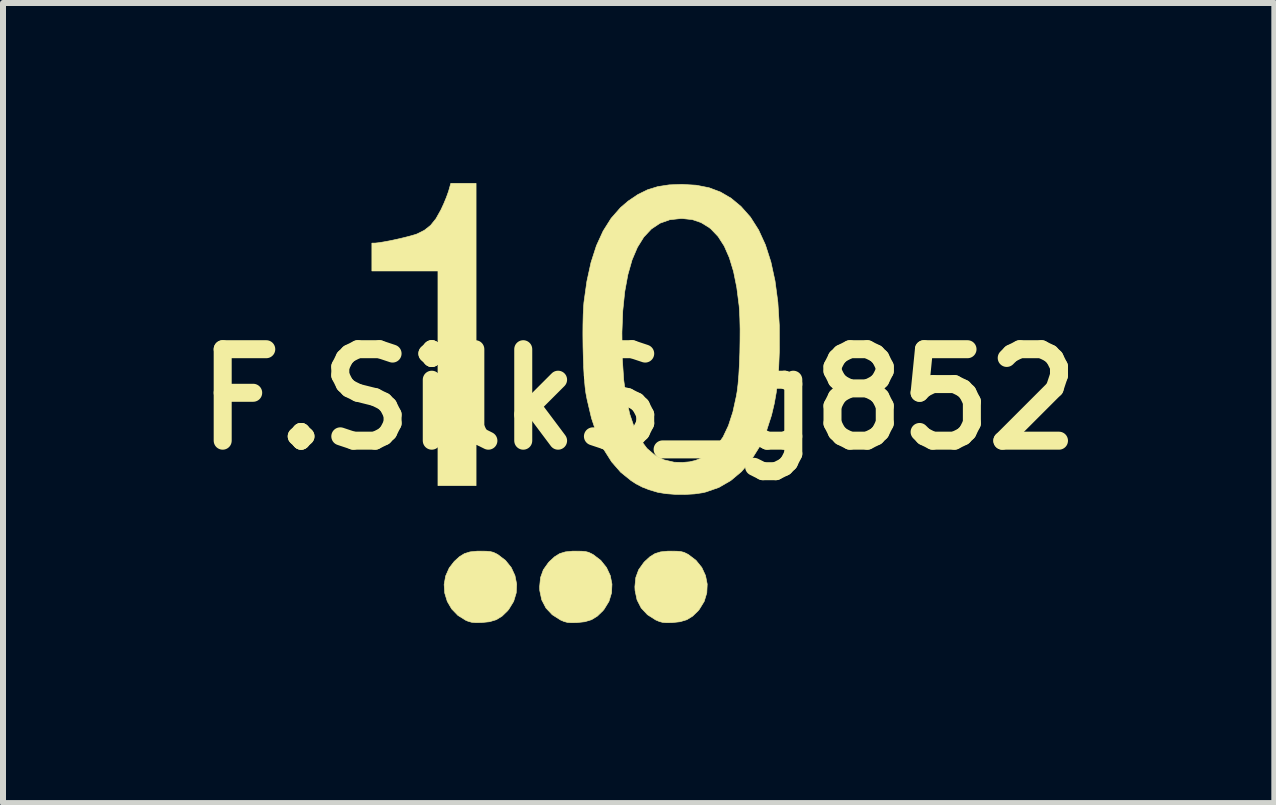
<source format=kicad_pcb>
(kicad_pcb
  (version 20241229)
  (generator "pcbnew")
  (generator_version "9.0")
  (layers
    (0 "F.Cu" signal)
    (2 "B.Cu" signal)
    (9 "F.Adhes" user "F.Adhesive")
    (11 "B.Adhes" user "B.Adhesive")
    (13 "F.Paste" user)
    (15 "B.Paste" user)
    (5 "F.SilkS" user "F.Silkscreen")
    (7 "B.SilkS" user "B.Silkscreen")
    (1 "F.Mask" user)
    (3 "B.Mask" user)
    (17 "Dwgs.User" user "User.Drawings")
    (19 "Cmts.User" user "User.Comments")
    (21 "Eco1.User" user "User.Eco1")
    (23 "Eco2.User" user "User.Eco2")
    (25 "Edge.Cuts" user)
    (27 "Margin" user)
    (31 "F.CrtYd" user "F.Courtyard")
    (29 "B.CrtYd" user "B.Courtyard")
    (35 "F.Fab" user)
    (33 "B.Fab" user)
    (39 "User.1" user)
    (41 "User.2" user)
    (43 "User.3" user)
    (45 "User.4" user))
  (footprint "F.SilkS_g852"
    (layer "F.Cu")
    (at 7.591 3.603)
    (property "Reference" "F.SilkS_g852" (at 0 0 0) (layer "F.SilkS") (effects (font (size 1.524 1.524) (thickness 0.3))))
    (attr through_hole)
    (fp_poly (pts (xy -2.709 1.439) (xy -3.344 1.439) (xy -3.344 -2.138) (xy -4.445 -2.138) (xy -4.445 -2.603) (xy -4.389 -2.603) (xy -4.332 -2.609) (xy -4.245 -2.623) (xy -4.137 -2.643) (xy -4.021 -2.668) (xy -3.906 -2.695) (xy -3.802 -2.722) (xy -3.722 -2.745) (xy -3.696 -2.754) (xy -3.571 -2.816) (xy -3.467 -2.898) (xy -3.377 -3.01) (xy -3.295 -3.156) (xy -3.292 -3.162) (xy -3.247 -3.26) (xy -3.205 -3.361) (xy -3.174 -3.447) (xy -3.164 -3.477) (xy -3.13 -3.598) (xy -2.709 -3.598) (xy -2.709 1.439)) (stroke (width 0.01) (type solid)) (fill yes) (layer "F.SilkS"))
    (fp_poly (pts (xy -2.539 2.531) (xy -2.472 2.537) (xy -2.42 2.55) (xy -2.37 2.574) (xy -2.346 2.587) (xy -2.219 2.684) (xy -2.123 2.803) (xy -2.061 2.937) (xy -2.033 3.079) (xy -2.04 3.225) (xy -2.083 3.367) (xy -2.164 3.499) (xy -2.184 3.524) (xy -2.276 3.613) (xy -2.372 3.672) (xy -2.485 3.706) (xy -2.614 3.719) (xy -2.711 3.721) (xy -2.782 3.715) (xy -2.842 3.698) (xy -2.879 3.683) (xy -3.012 3.6) (xy -3.116 3.492) (xy -3.189 3.367) (xy -3.231 3.229) (xy -3.241 3.086) (xy -3.216 2.944) (xy -3.156 2.809) (xy -3.073 2.702) (xy -2.987 2.623) (xy -2.903 2.571) (xy -2.809 2.542) (xy -2.69 2.53) (xy -2.635 2.53) (xy -2.539 2.531)) (stroke (width 0.01) (type solid)) (fill yes) (layer "F.SilkS"))
    (fp_poly (pts (xy -0.952 2.531) (xy -0.884 2.537) (xy -0.833 2.55) (xy -0.783 2.574) (xy -0.758 2.587) (xy -0.631 2.684) (xy -0.536 2.803) (xy -0.473 2.937) (xy -0.445 3.079) (xy -0.452 3.225) (xy -0.495 3.367) (xy -0.576 3.499) (xy -0.597 3.524) (xy -0.689 3.613) (xy -0.785 3.672) (xy -0.898 3.706) (xy -1.027 3.72) (xy -1.12 3.722) (xy -1.188 3.717) (xy -1.246 3.701) (xy -1.302 3.677) (xy -1.44 3.589) (xy -1.545 3.477) (xy -1.615 3.342) (xy -1.648 3.186) (xy -1.65 3.122) (xy -1.635 2.97) (xy -1.588 2.84) (xy -1.505 2.723) (xy -1.486 2.702) (xy -1.4 2.623) (xy -1.316 2.571) (xy -1.221 2.542) (xy -1.103 2.53) (xy -1.048 2.53) (xy -0.952 2.531)) (stroke (width 0.01) (type solid)) (fill yes) (layer "F.SilkS"))
    (fp_poly (pts (xy 0.636 2.531) (xy 0.703 2.537) (xy 0.755 2.55) (xy 0.805 2.574) (xy 0.829 2.587) (xy 0.956 2.684) (xy 1.052 2.803) (xy 1.114 2.937) (xy 1.142 3.079) (xy 1.135 3.225) (xy 1.092 3.367) (xy 1.011 3.499) (xy 0.991 3.524) (xy 0.899 3.613) (xy 0.803 3.672) (xy 0.69 3.706) (xy 0.561 3.72) (xy 0.467 3.722) (xy 0.4 3.717) (xy 0.342 3.701) (xy 0.285 3.677) (xy 0.147 3.589) (xy 0.042 3.477) (xy -0.027 3.342) (xy -0.06 3.186) (xy -0.063 3.122) (xy -0.048 2.97) (xy -0.000322 2.84) (xy 0.083 2.723) (xy 0.102 2.702) (xy 0.188 2.623) (xy 0.272 2.571) (xy 0.366 2.542) (xy 0.485 2.53) (xy 0.54 2.53) (xy 0.636 2.531)) (stroke (width 0.01) (type solid)) (fill yes) (layer "F.SilkS"))
    (fp_poly (pts (xy 0.96 -3.567) (xy 1.173 -3.525) (xy 1.364 -3.453) (xy 1.54 -3.35) (xy 1.704 -3.214) (xy 1.862 -3.036) (xy 1.998 -2.822) (xy 2.112 -2.573) (xy 2.203 -2.289) (xy 2.272 -1.971) (xy 2.319 -1.619) (xy 2.343 -1.235) (xy 2.344 -0.818) (xy 2.343 -0.776) (xy 2.333 -0.526) (xy 2.316 -0.308) (xy 2.292 -0.112) (xy 2.259 0.073) (xy 2.216 0.255) (xy 2.212 0.27) (xy 2.121 0.552) (xy 2.006 0.802) (xy 1.87 1.02) (xy 1.712 1.205) (xy 1.534 1.354) (xy 1.337 1.468) (xy 1.122 1.543) (xy 1.069 1.556) (xy 0.932 1.576) (xy 0.775 1.585) (xy 0.611 1.584) (xy 0.457 1.572) (xy 0.326 1.551) (xy 0.307 1.546) (xy 0.17 1.505) (xy 0.06 1.462) (xy -0.042 1.409) (xy -0.127 1.354) (xy -0.299 1.215) (xy -0.45 1.042) (xy -0.581 0.835) (xy -0.693 0.593) (xy -0.786 0.314) (xy -0.86 -0.001) (xy -0.88 -0.106) (xy -0.893 -0.209) (xy -0.905 -0.347) (xy -0.915 -0.51) (xy -0.922 -0.69) (xy -0.927 -0.878) (xy -0.929 -1.067) (xy -0.929 -1.116) (xy -0.279 -1.116) (xy -0.275 -0.722) (xy -0.272 -0.664) (xy -0.249 -0.321) (xy -0.208 -0.017) (xy -0.148 0.249) (xy -0.071 0.477) (xy 0.025 0.667) (xy 0.139 0.819) (xy 0.272 0.933) (xy 0.422 1.009) (xy 0.591 1.048) (xy 0.73 1.052) (xy 0.847 1.042) (xy 0.945 1.019) (xy 1.031 0.985) (xy 1.174 0.9) (xy 1.299 0.781) (xy 1.406 0.628) (xy 1.496 0.438) (xy 1.57 0.21) (xy 1.628 -0.055) (xy 1.641 -0.131) (xy 1.656 -0.254) (xy 1.669 -0.41) (xy 1.679 -0.589) (xy 1.686 -0.782) (xy 1.689 -0.978) (xy 1.69 -1.169) (xy 1.686 -1.344) (xy 1.679 -1.494) (xy 1.674 -1.556) (xy 1.635 -1.862) (xy 1.581 -2.129) (xy 1.511 -2.359) (xy 1.426 -2.553) (xy 1.324 -2.712) (xy 1.205 -2.837) (xy 1.173 -2.863) (xy 1.039 -2.945) (xy 0.894 -2.994) (xy 0.729 -3.012) (xy 0.699 -3.012) (xy 0.518 -2.992) (xy 0.356 -2.934) (xy 0.212 -2.838) (xy 0.086 -2.704) (xy -0.021 -2.532) (xy -0.11 -2.323) (xy -0.18 -2.077) (xy -0.232 -1.794) (xy -0.265 -1.473) (xy -0.279 -1.116) (xy -0.929 -1.116) (xy -0.928 -1.247) (xy -0.924 -1.411) (xy -0.917 -1.549) (xy -0.912 -1.614) (xy -0.863 -1.965) (xy -0.794 -2.28) (xy -0.704 -2.559) (xy -0.592 -2.804) (xy -0.459 -3.015) (xy -0.303 -3.193) (xy -0.176 -3.302) (xy -0.013 -3.412) (xy 0.148 -3.491) (xy 0.319 -3.544) (xy 0.509 -3.573) (xy 0.72 -3.581) (xy 0.96 -3.567)) (stroke (width 0.01) (type solid)) (fill yes) (layer "F.SilkS")))
  (gr_rect
    (start -3 -3)
    (end 18.182 10.33)
    (stroke (width 0.1) (type default))
    (fill no)
    (layer "Edge.Cuts")))
</source>
